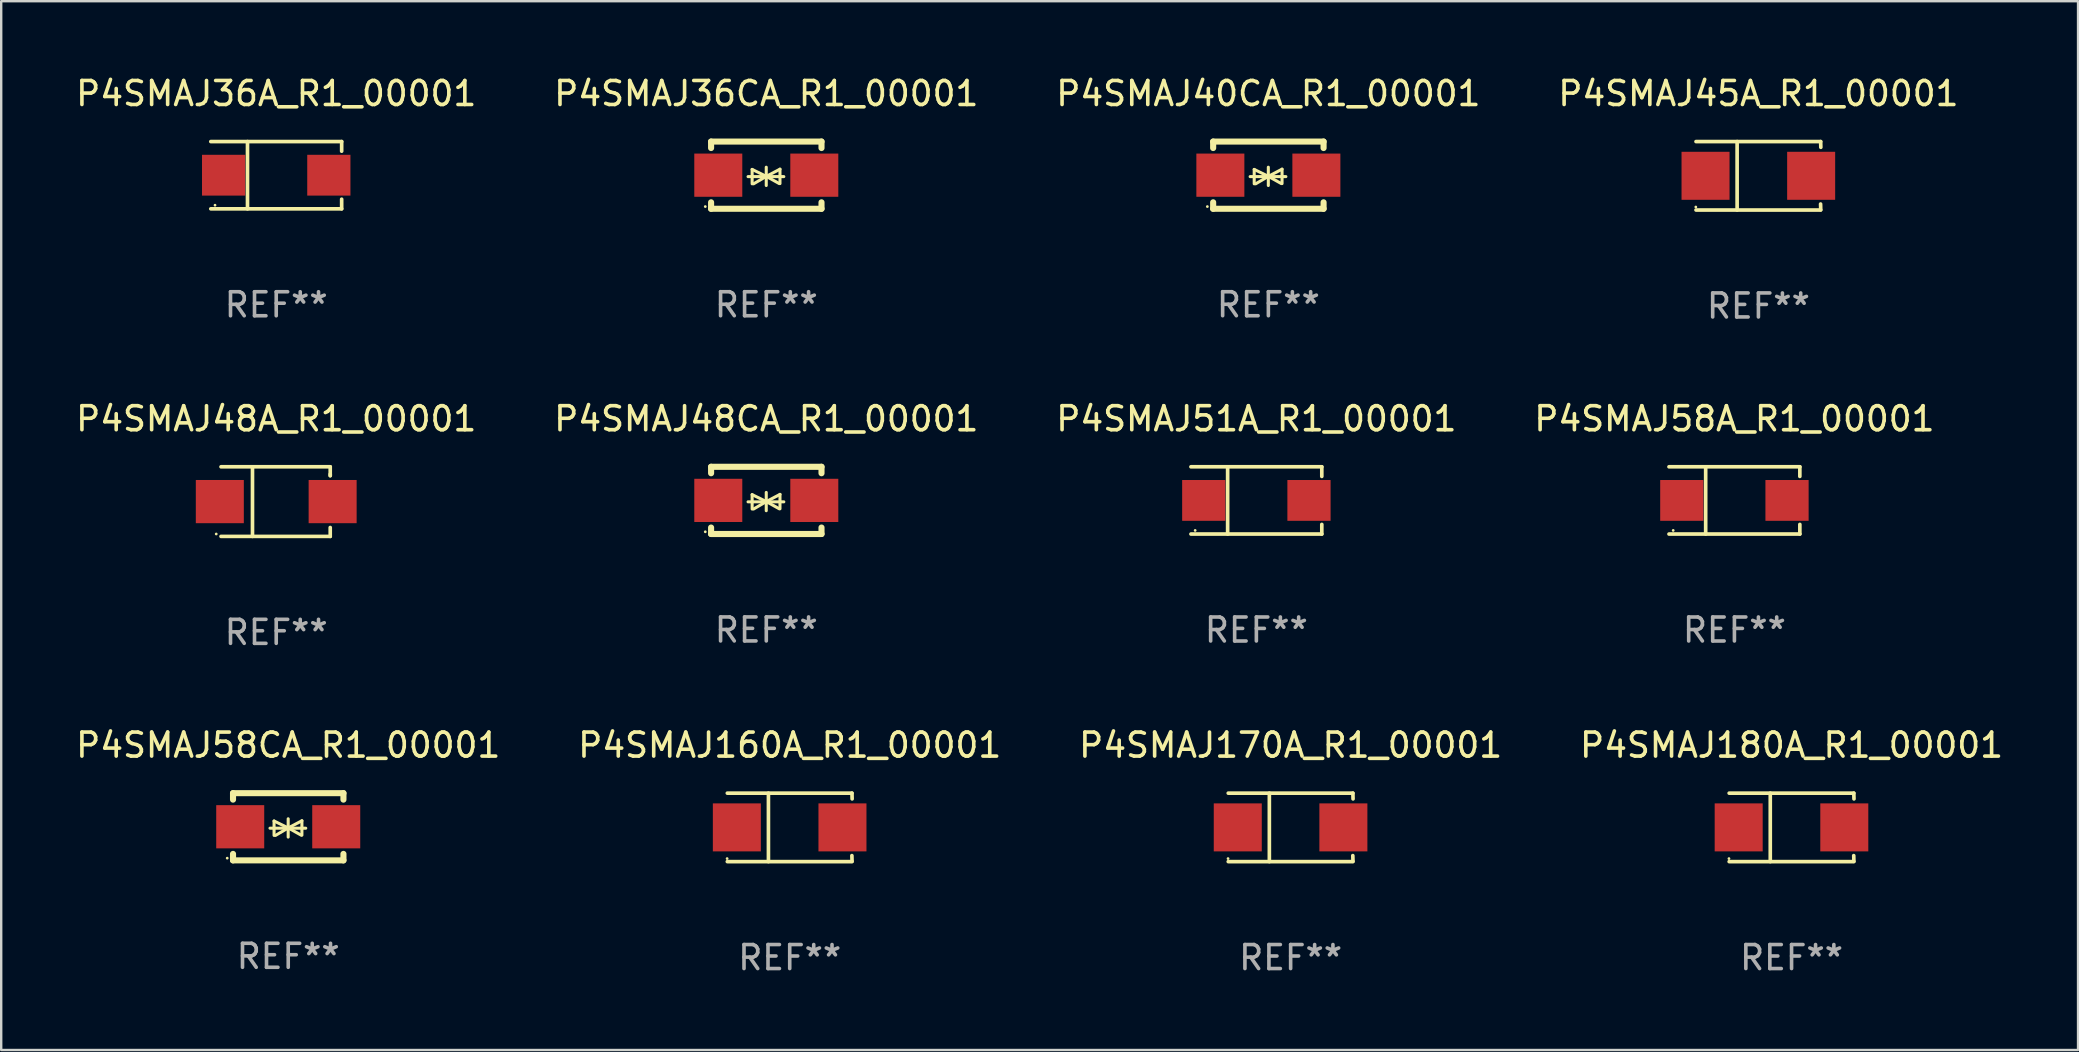
<source format=kicad_pcb>
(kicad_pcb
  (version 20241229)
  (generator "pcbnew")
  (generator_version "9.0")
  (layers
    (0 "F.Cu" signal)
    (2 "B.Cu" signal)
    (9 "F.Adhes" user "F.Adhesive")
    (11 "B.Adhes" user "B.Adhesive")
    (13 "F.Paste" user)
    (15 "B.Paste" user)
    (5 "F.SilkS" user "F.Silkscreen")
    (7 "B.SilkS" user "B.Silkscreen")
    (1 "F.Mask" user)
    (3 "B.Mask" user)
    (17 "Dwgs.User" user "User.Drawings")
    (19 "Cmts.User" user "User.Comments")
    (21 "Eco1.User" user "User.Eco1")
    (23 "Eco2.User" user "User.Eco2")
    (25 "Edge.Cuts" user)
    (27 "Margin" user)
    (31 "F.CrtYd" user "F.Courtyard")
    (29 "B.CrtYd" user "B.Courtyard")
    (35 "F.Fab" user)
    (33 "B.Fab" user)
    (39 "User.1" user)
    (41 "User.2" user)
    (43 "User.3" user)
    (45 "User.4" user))
  (footprint "P4SMAJ45A_R1_00001"
    (layer "F.Cu")
    (at 70.208 4.274)
    (property "Reference" "P4SMAJ45A_R1_00001" (at 0 -3.426 0) (layer "F.SilkS") (effects (font (size 1 1) (thickness 0.15))))
    (attr through_hole)
    (fp_line (start -2.6 -1.426) (end 2.593 -1.426) (stroke (width 0.152) (type solid)) (layer "F.SilkS"))
    (fp_line (start -2.6 1.426) (end 2.593 1.426) (stroke (width 0.152) (type solid)) (layer "F.SilkS"))
    (fp_line (start -0.887 -1.426) (end -0.887 1.426) (stroke (width 0.152) (type solid)) (layer "F.SilkS"))
    (fp_line (start 2.59 1.176) (end 2.597 1.415) (stroke (width 0.152) (type solid)) (layer "F.SilkS"))
    (fp_line (start 2.593 -1.426) (end 2.6 -1.187) (stroke (width 0.152) (type solid)) (layer "F.SilkS"))
    (fp_circle (center -2.608 1.3) (end -2.578 1.3) (stroke (width 0.06) (type solid)) (fill no) (layer "F.SilkS"))
    (fp_text user "REF**" (at 0 5.426 0) (layer "F.Fab") (effects (font (size 1 1) (thickness 0.15))))
    (pad "1" smd rect (at -2.203 0 180) (size 2 2) (layers "F.Cu" "F.Mask" "F.Paste"))
    (pad "2" smd rect (at 2.197 0 180) (size 2 2) (layers "F.Cu" "F.Mask" "F.Paste")))
  (footprint "P4SMAJ48CA_R1_00001"
    (layer "F.Cu")
    (at 28.875 17.797)
    (property "Reference" "P4SMAJ48CA_R1_00001" (at 0 -3.4 0) (layer "F.SilkS") (effects (font (size 1 1) (thickness 0.15))))
    (attr through_hole)
    (fp_line (start -2.3 -1.4) (end -2.3 -1.131) (stroke (width 0.254) (type solid)) (layer "F.SilkS"))
    (fp_line (start -2.3 -1.4) (end 2.3 -1.4) (stroke (width 0.254) (type solid)) (layer "F.SilkS"))
    (fp_line (start -2.3 1.131) (end -2.3 1.4) (stroke (width 0.254) (type solid)) (layer "F.SilkS"))
    (fp_line (start -2.3 1.4) (end 2.3 1.4) (stroke (width 0.254) (type solid)) (layer "F.SilkS"))
    (fp_line (start -0.76 0.06) (end 0.73 0.06) (stroke (width 0.127) (type solid)) (layer "F.SilkS"))
    (fp_line (start -0.59 -0.24) (end -0.59 0.36) (stroke (width 0.127) (type solid)) (layer "F.SilkS"))
    (fp_line (start -0.59 -0.24) (end -0.002 0.049) (stroke (width 0.127) (type solid)) (layer "F.SilkS"))
    (fp_line (start -0.53 0.36) (end -0.002 0.049) (stroke (width 0.127) (type solid)) (layer "F.SilkS"))
    (fp_line (start -0.002 0.049) (end -0.002 -0.332) (stroke (width 0.127) (type solid)) (layer "F.SilkS"))
    (fp_line (start -0.002 0.049) (end -0.002 0.43) (stroke (width 0.127) (type solid)) (layer "F.SilkS"))
    (fp_line (start 0.54 0.35) (end -0.002 0.049) (stroke (width 0.127) (type solid)) (layer "F.SilkS"))
    (fp_line (start 0.57 -0.25) (end -0.002 0.049) (stroke (width 0.127) (type solid)) (layer "F.SilkS"))
    (fp_line (start 0.57 -0.25) (end 0.57 0.35) (stroke (width 0.127) (type solid)) (layer "F.SilkS"))
    (fp_line (start 2.3 -1.4) (end 2.3 -1.131) (stroke (width 0.254) (type solid)) (layer "F.SilkS"))
    (fp_line (start 2.3 1.131) (end 2.3 1.4) (stroke (width 0.254) (type solid)) (layer "F.SilkS"))
    (fp_circle (center -2.542 1.308) (end -2.512 1.308) (stroke (width 0.06) (type solid)) (fill no) (layer "F.SilkS"))
    (fp_text user "REF**" (at 0 5.4 0) (layer "F.Fab") (effects (font (size 1 1) (thickness 0.15))))
    (pad "1" smd rect (at -2 0) (size 2 1.8) (layers "F.Cu" "F.Mask" "F.Paste"))
    (pad "2" smd rect (at 2 0) (size 2 1.8) (layers "F.Cu" "F.Mask" "F.Paste")))
  (footprint "P4SMAJ36CA_R1_00001"
    (layer "F.Cu")
    (at 28.875 4.248)
    (property "Reference" "P4SMAJ36CA_R1_00001" (at 0 -3.4 0) (layer "F.SilkS") (effects (font (size 1 1) (thickness 0.15))))
    (attr through_hole)
    (fp_line (start -2.3 -1.4) (end -2.3 -1.131) (stroke (width 0.254) (type solid)) (layer "F.SilkS"))
    (fp_line (start -2.3 -1.4) (end 2.3 -1.4) (stroke (width 0.254) (type solid)) (layer "F.SilkS"))
    (fp_line (start -2.3 1.131) (end -2.3 1.4) (stroke (width 0.254) (type solid)) (layer "F.SilkS"))
    (fp_line (start -2.3 1.4) (end 2.3 1.4) (stroke (width 0.254) (type solid)) (layer "F.SilkS"))
    (fp_line (start -0.76 0.06) (end 0.73 0.06) (stroke (width 0.127) (type solid)) (layer "F.SilkS"))
    (fp_line (start -0.59 -0.24) (end -0.59 0.36) (stroke (width 0.127) (type solid)) (layer "F.SilkS"))
    (fp_line (start -0.59 -0.24) (end -0.002 0.049) (stroke (width 0.127) (type solid)) (layer "F.SilkS"))
    (fp_line (start -0.53 0.36) (end -0.002 0.049) (stroke (width 0.127) (type solid)) (layer "F.SilkS"))
    (fp_line (start -0.002 0.049) (end -0.002 -0.332) (stroke (width 0.127) (type solid)) (layer "F.SilkS"))
    (fp_line (start -0.002 0.049) (end -0.002 0.43) (stroke (width 0.127) (type solid)) (layer "F.SilkS"))
    (fp_line (start 0.54 0.35) (end -0.002 0.049) (stroke (width 0.127) (type solid)) (layer "F.SilkS"))
    (fp_line (start 0.57 -0.25) (end -0.002 0.049) (stroke (width 0.127) (type solid)) (layer "F.SilkS"))
    (fp_line (start 0.57 -0.25) (end 0.57 0.35) (stroke (width 0.127) (type solid)) (layer "F.SilkS"))
    (fp_line (start 2.3 -1.4) (end 2.3 -1.131) (stroke (width 0.254) (type solid)) (layer "F.SilkS"))
    (fp_line (start 2.3 1.131) (end 2.3 1.4) (stroke (width 0.254) (type solid)) (layer "F.SilkS"))
    (fp_circle (center -2.542 1.308) (end -2.512 1.308) (stroke (width 0.06) (type solid)) (fill no) (layer "F.SilkS"))
    (fp_text user "REF**" (at 0 5.4 0) (layer "F.Fab") (effects (font (size 1 1) (thickness 0.15))))
    (pad "1" smd rect (at -2 0) (size 2 1.8) (layers "F.Cu" "F.Mask" "F.Paste"))
    (pad "2" smd rect (at 2 0) (size 2 1.8) (layers "F.Cu" "F.Mask" "F.Paste")))
  (footprint "P4SMAJ51A_R1_00001"
    (layer "F.Cu")
    (at 49.292 17.798)
    (property "Reference" "P4SMAJ51A_R1_00001" (at 0 -3.401 0) (layer "F.SilkS") (effects (font (size 1 1) (thickness 0.15))))
    (attr through_hole)
    (fp_line (start -2.726 -1.401) (end 2.726 -1.401) (stroke (width 0.152) (type solid)) (layer "F.SilkS"))
    (fp_line (start -2.726 1.401) (end 2.726 1.401) (stroke (width 0.152) (type solid)) (layer "F.SilkS"))
    (fp_line (start -1.197 -1.401) (end -1.197 1.401) (stroke (width 0.152) (type solid)) (layer "F.SilkS"))
    (fp_line (start 2.726 -1.401) (end 2.726 -1) (stroke (width 0.152) (type solid)) (layer "F.SilkS"))
    (fp_line (start 2.726 1.401) (end 2.726 1) (stroke (width 0.152) (type solid)) (layer "F.SilkS"))
    (fp_circle (center -2.55 1.25) (end -2.52 1.25) (stroke (width 0.06) (type solid)) (fill no) (layer "F.SilkS"))
    (fp_text user "REF**" (at 0 5.401 0) (layer "F.Fab") (effects (font (size 1 1) (thickness 0.15))))
    (pad "1" smd rect (at -2.192 0) (size 1.8 1.7) (layers "F.Cu" "F.Mask" "F.Paste"))
    (pad "2" smd rect (at 2.192 0) (size 1.8 1.7) (layers "F.Cu" "F.Mask" "F.Paste")))
  (footprint "P4SMAJ48A_R1_00001"
    (layer "F.Cu")
    (at 8.458 17.847)
    (property "Reference" "P4SMAJ48A_R1_00001" (at 0 -3.45 0) (layer "F.SilkS") (effects (font (size 1 1) (thickness 0.15))))
    (attr through_hole)
    (fp_line (start -2.3 -1.45) (end 2.25 -1.45) (stroke (width 0.152) (type solid)) (layer "F.SilkS"))
    (fp_line (start -0.989 -1.45) (end -0.989 1.45) (stroke (width 0.152) (type solid)) (layer "F.SilkS"))
    (fp_line (start 2.25 -1.45) (end 2.25 -1.08) (stroke (width 0.152) (type solid)) (layer "F.SilkS"))
    (fp_line (start 2.25 -1.08) (end 2.25 -1.142) (stroke (width 0.152) (type solid)) (layer "F.SilkS"))
    (fp_line (start 2.25 1.45) (end -2.3 1.45) (stroke (width 0.152) (type solid)) (layer "F.SilkS"))
    (fp_line (start 2.25 1.45) (end 2.25 1.08) (stroke (width 0.152) (type solid)) (layer "F.SilkS"))
    (fp_circle (center -2.5 1.35) (end -2.47 1.35) (stroke (width 0.06) (type solid)) (fill no) (layer "F.SilkS"))
    (fp_text user "REF**" (at 0 5.45 0) (layer "F.Fab") (effects (font (size 1 1) (thickness 0.15))))
    (pad "1" smd rect (at -2.35 0.000025) (size 2 1.8) (layers "F.Cu" "F.Mask" "F.Paste"))
    (pad "2" smd rect (at 2.35 0.000025) (size 2 1.8) (layers "F.Cu" "F.Mask" "F.Paste")))
  (footprint "P4SMAJ180A_R1_00001"
    (layer "F.Cu")
    (at 71.589 31.42)
    (property "Reference" "P4SMAJ180A_R1_00001" (at 0 -3.426 0) (layer "F.SilkS") (effects (font (size 1 1) (thickness 0.15))))
    (attr through_hole)
    (fp_line (start -2.6 -1.426) (end 2.593 -1.426) (stroke (width 0.152) (type solid)) (layer "F.SilkS"))
    (fp_line (start -2.6 1.426) (end 2.593 1.426) (stroke (width 0.152) (type solid)) (layer "F.SilkS"))
    (fp_line (start -0.887 -1.426) (end -0.887 1.426) (stroke (width 0.152) (type solid)) (layer "F.SilkS"))
    (fp_line (start 2.59 1.176) (end 2.597 1.415) (stroke (width 0.152) (type solid)) (layer "F.SilkS"))
    (fp_line (start 2.593 -1.426) (end 2.6 -1.187) (stroke (width 0.152) (type solid)) (layer "F.SilkS"))
    (fp_circle (center -2.608 1.3) (end -2.578 1.3) (stroke (width 0.06) (type solid)) (fill no) (layer "F.SilkS"))
    (fp_text user "REF**" (at 0 5.426 0) (layer "F.Fab") (effects (font (size 1 1) (thickness 0.15))))
    (pad "1" smd rect (at -2.203 0 180) (size 2 2) (layers "F.Cu" "F.Mask" "F.Paste"))
    (pad "2" smd rect (at 2.197 0 180) (size 2 2) (layers "F.Cu" "F.Mask" "F.Paste")))
  (footprint "P4SMAJ36A_R1_00001"
    (layer "F.Cu")
    (at 8.458 4.249)
    (property "Reference" "P4SMAJ36A_R1_00001" (at 0 -3.401 0) (layer "F.SilkS") (effects (font (size 1 1) (thickness 0.15))))
    (attr through_hole)
    (fp_line (start -2.726 -1.401) (end 2.726 -1.401) (stroke (width 0.152) (type solid)) (layer "F.SilkS"))
    (fp_line (start -2.726 1.401) (end 2.726 1.401) (stroke (width 0.152) (type solid)) (layer "F.SilkS"))
    (fp_line (start -1.197 -1.401) (end -1.197 1.401) (stroke (width 0.152) (type solid)) (layer "F.SilkS"))
    (fp_line (start 2.726 -1.401) (end 2.726 -1) (stroke (width 0.152) (type solid)) (layer "F.SilkS"))
    (fp_line (start 2.726 1.401) (end 2.726 1) (stroke (width 0.152) (type solid)) (layer "F.SilkS"))
    (fp_circle (center -2.55 1.25) (end -2.52 1.25) (stroke (width 0.06) (type solid)) (fill no) (layer "F.SilkS"))
    (fp_text user "REF**" (at 0 5.401 0) (layer "F.Fab") (effects (font (size 1 1) (thickness 0.15))))
    (pad "1" smd rect (at -2.192 0) (size 1.8 1.7) (layers "F.Cu" "F.Mask" "F.Paste"))
    (pad "2" smd rect (at 2.192 0) (size 1.8 1.7) (layers "F.Cu" "F.Mask" "F.Paste")))
  (footprint "P4SMAJ58A_R1_00001"
    (layer "F.Cu")
    (at 69.208 17.798)
    (property "Reference" "P4SMAJ58A_R1_00001" (at 0 -3.401 0) (layer "F.SilkS") (effects (font (size 1 1) (thickness 0.15))))
    (attr through_hole)
    (fp_line (start -2.726 -1.401) (end 2.726 -1.401) (stroke (width 0.152) (type solid)) (layer "F.SilkS"))
    (fp_line (start -2.726 1.401) (end 2.726 1.401) (stroke (width 0.152) (type solid)) (layer "F.SilkS"))
    (fp_line (start -1.197 -1.401) (end -1.197 1.401) (stroke (width 0.152) (type solid)) (layer "F.SilkS"))
    (fp_line (start 2.726 -1.401) (end 2.726 -1) (stroke (width 0.152) (type solid)) (layer "F.SilkS"))
    (fp_line (start 2.726 1.401) (end 2.726 1) (stroke (width 0.152) (type solid)) (layer "F.SilkS"))
    (fp_circle (center -2.55 1.25) (end -2.52 1.25) (stroke (width 0.06) (type solid)) (fill no) (layer "F.SilkS"))
    (fp_text user "REF**" (at 0 5.401 0) (layer "F.Fab") (effects (font (size 1 1) (thickness 0.15))))
    (pad "1" smd rect (at -2.192 0) (size 1.8 1.7) (layers "F.Cu" "F.Mask" "F.Paste"))
    (pad "2" smd rect (at 2.192 0) (size 1.8 1.7) (layers "F.Cu" "F.Mask" "F.Paste")))
  (footprint "P4SMAJ40CA_R1_00001"
    (layer "F.Cu")
    (at 49.792 4.248)
    (property "Reference" "P4SMAJ40CA_R1_00001" (at 0 -3.4 0) (layer "F.SilkS") (effects (font (size 1 1) (thickness 0.15))))
    (attr through_hole)
    (fp_line (start -2.3 -1.4) (end -2.3 -1.131) (stroke (width 0.254) (type solid)) (layer "F.SilkS"))
    (fp_line (start -2.3 -1.4) (end 2.3 -1.4) (stroke (width 0.254) (type solid)) (layer "F.SilkS"))
    (fp_line (start -2.3 1.131) (end -2.3 1.4) (stroke (width 0.254) (type solid)) (layer "F.SilkS"))
    (fp_line (start -2.3 1.4) (end 2.3 1.4) (stroke (width 0.254) (type solid)) (layer "F.SilkS"))
    (fp_line (start -0.76 0.06) (end 0.73 0.06) (stroke (width 0.127) (type solid)) (layer "F.SilkS"))
    (fp_line (start -0.59 -0.24) (end -0.59 0.36) (stroke (width 0.127) (type solid)) (layer "F.SilkS"))
    (fp_line (start -0.59 -0.24) (end -0.002 0.049) (stroke (width 0.127) (type solid)) (layer "F.SilkS"))
    (fp_line (start -0.53 0.36) (end -0.002 0.049) (stroke (width 0.127) (type solid)) (layer "F.SilkS"))
    (fp_line (start -0.002 0.049) (end -0.002 -0.332) (stroke (width 0.127) (type solid)) (layer "F.SilkS"))
    (fp_line (start -0.002 0.049) (end -0.002 0.43) (stroke (width 0.127) (type solid)) (layer "F.SilkS"))
    (fp_line (start 0.54 0.35) (end -0.002 0.049) (stroke (width 0.127) (type solid)) (layer "F.SilkS"))
    (fp_line (start 0.57 -0.25) (end -0.002 0.049) (stroke (width 0.127) (type solid)) (layer "F.SilkS"))
    (fp_line (start 0.57 -0.25) (end 0.57 0.35) (stroke (width 0.127) (type solid)) (layer "F.SilkS"))
    (fp_line (start 2.3 -1.4) (end 2.3 -1.131) (stroke (width 0.254) (type solid)) (layer "F.SilkS"))
    (fp_line (start 2.3 1.131) (end 2.3 1.4) (stroke (width 0.254) (type solid)) (layer "F.SilkS"))
    (fp_circle (center -2.542 1.308) (end -2.512 1.308) (stroke (width 0.06) (type solid)) (fill no) (layer "F.SilkS"))
    (fp_text user "REF**" (at 0 5.4 0) (layer "F.Fab") (effects (font (size 1 1) (thickness 0.15))))
    (pad "1" smd rect (at -2 0) (size 2 1.8) (layers "F.Cu" "F.Mask" "F.Paste"))
    (pad "2" smd rect (at 2 0) (size 2 1.8) (layers "F.Cu" "F.Mask" "F.Paste")))
  (footprint "P4SMAJ160A_R1_00001"
    (layer "F.Cu")
    (at 29.851 31.42)
    (property "Reference" "P4SMAJ160A_R1_00001" (at 0 -3.426 0) (layer "F.SilkS") (effects (font (size 1 1) (thickness 0.15))))
    (attr through_hole)
    (fp_line (start -2.6 -1.426) (end 2.593 -1.426) (stroke (width 0.152) (type solid)) (layer "F.SilkS"))
    (fp_line (start -2.6 1.426) (end 2.593 1.426) (stroke (width 0.152) (type solid)) (layer "F.SilkS"))
    (fp_line (start -0.887 -1.426) (end -0.887 1.426) (stroke (width 0.152) (type solid)) (layer "F.SilkS"))
    (fp_line (start 2.59 1.176) (end 2.597 1.415) (stroke (width 0.152) (type solid)) (layer "F.SilkS"))
    (fp_line (start 2.593 -1.426) (end 2.6 -1.187) (stroke (width 0.152) (type solid)) (layer "F.SilkS"))
    (fp_circle (center -2.608 1.3) (end -2.578 1.3) (stroke (width 0.06) (type solid)) (fill no) (layer "F.SilkS"))
    (fp_text user "REF**" (at 0 5.426 0) (layer "F.Fab") (effects (font (size 1 1) (thickness 0.15))))
    (pad "1" smd rect (at -2.203 0 180) (size 2 2) (layers "F.Cu" "F.Mask" "F.Paste"))
    (pad "2" smd rect (at 2.197 0 180) (size 2 2) (layers "F.Cu" "F.Mask" "F.Paste")))
  (footprint "P4SMAJ170A_R1_00001"
    (layer "F.Cu")
    (at 50.72 31.42)
    (property "Reference" "P4SMAJ170A_R1_00001" (at 0 -3.426 0) (layer "F.SilkS") (effects (font (size 1 1) (thickness 0.15))))
    (attr through_hole)
    (fp_line (start -2.6 -1.426) (end 2.593 -1.426) (stroke (width 0.152) (type solid)) (layer "F.SilkS"))
    (fp_line (start -2.6 1.426) (end 2.593 1.426) (stroke (width 0.152) (type solid)) (layer "F.SilkS"))
    (fp_line (start -0.887 -1.426) (end -0.887 1.426) (stroke (width 0.152) (type solid)) (layer "F.SilkS"))
    (fp_line (start 2.59 1.176) (end 2.597 1.415) (stroke (width 0.152) (type solid)) (layer "F.SilkS"))
    (fp_line (start 2.593 -1.426) (end 2.6 -1.187) (stroke (width 0.152) (type solid)) (layer "F.SilkS"))
    (fp_circle (center -2.608 1.3) (end -2.578 1.3) (stroke (width 0.06) (type solid)) (fill no) (layer "F.SilkS"))
    (fp_text user "REF**" (at 0 5.426 0) (layer "F.Fab") (effects (font (size 1 1) (thickness 0.15))))
    (pad "1" smd rect (at -2.203 0 180) (size 2 2) (layers "F.Cu" "F.Mask" "F.Paste"))
    (pad "2" smd rect (at 2.197 0 180) (size 2 2) (layers "F.Cu" "F.Mask" "F.Paste")))
  (footprint "P4SMAJ58CA_R1_00001"
    (layer "F.Cu")
    (at 8.958 31.394)
    (property "Reference" "P4SMAJ58CA_R1_00001" (at 0 -3.4 0) (layer "F.SilkS") (effects (font (size 1 1) (thickness 0.15))))
    (attr through_hole)
    (fp_line (start -2.3 -1.4) (end -2.3 -1.131) (stroke (width 0.254) (type solid)) (layer "F.SilkS"))
    (fp_line (start -2.3 -1.4) (end 2.3 -1.4) (stroke (width 0.254) (type solid)) (layer "F.SilkS"))
    (fp_line (start -2.3 1.131) (end -2.3 1.4) (stroke (width 0.254) (type solid)) (layer "F.SilkS"))
    (fp_line (start -2.3 1.4) (end 2.3 1.4) (stroke (width 0.254) (type solid)) (layer "F.SilkS"))
    (fp_line (start -0.76 0.06) (end 0.73 0.06) (stroke (width 0.127) (type solid)) (layer "F.SilkS"))
    (fp_line (start -0.59 -0.24) (end -0.59 0.36) (stroke (width 0.127) (type solid)) (layer "F.SilkS"))
    (fp_line (start -0.59 -0.24) (end -0.002 0.049) (stroke (width 0.127) (type solid)) (layer "F.SilkS"))
    (fp_line (start -0.53 0.36) (end -0.002 0.049) (stroke (width 0.127) (type solid)) (layer "F.SilkS"))
    (fp_line (start -0.002 0.049) (end -0.002 -0.332) (stroke (width 0.127) (type solid)) (layer "F.SilkS"))
    (fp_line (start -0.002 0.049) (end -0.002 0.43) (stroke (width 0.127) (type solid)) (layer "F.SilkS"))
    (fp_line (start 0.54 0.35) (end -0.002 0.049) (stroke (width 0.127) (type solid)) (layer "F.SilkS"))
    (fp_line (start 0.57 -0.25) (end -0.002 0.049) (stroke (width 0.127) (type solid)) (layer "F.SilkS"))
    (fp_line (start 0.57 -0.25) (end 0.57 0.35) (stroke (width 0.127) (type solid)) (layer "F.SilkS"))
    (fp_line (start 2.3 -1.4) (end 2.3 -1.131) (stroke (width 0.254) (type solid)) (layer "F.SilkS"))
    (fp_line (start 2.3 1.131) (end 2.3 1.4) (stroke (width 0.254) (type solid)) (layer "F.SilkS"))
    (fp_circle (center -2.542 1.308) (end -2.512 1.308) (stroke (width 0.06) (type solid)) (fill no) (layer "F.SilkS"))
    (fp_text user "REF**" (at 0 5.4 0) (layer "F.Fab") (effects (font (size 1 1) (thickness 0.15))))
    (pad "1" smd rect (at -2 0) (size 2 1.8) (layers "F.Cu" "F.Mask" "F.Paste"))
    (pad "2" smd rect (at 2 0) (size 2 1.8) (layers "F.Cu" "F.Mask" "F.Paste")))
  (gr_rect
    (start -3 -3)
    (end 83.524 40.694)
    (stroke (width 0.1) (type default))
    (fill no)
    (layer "Edge.Cuts")))
</source>
